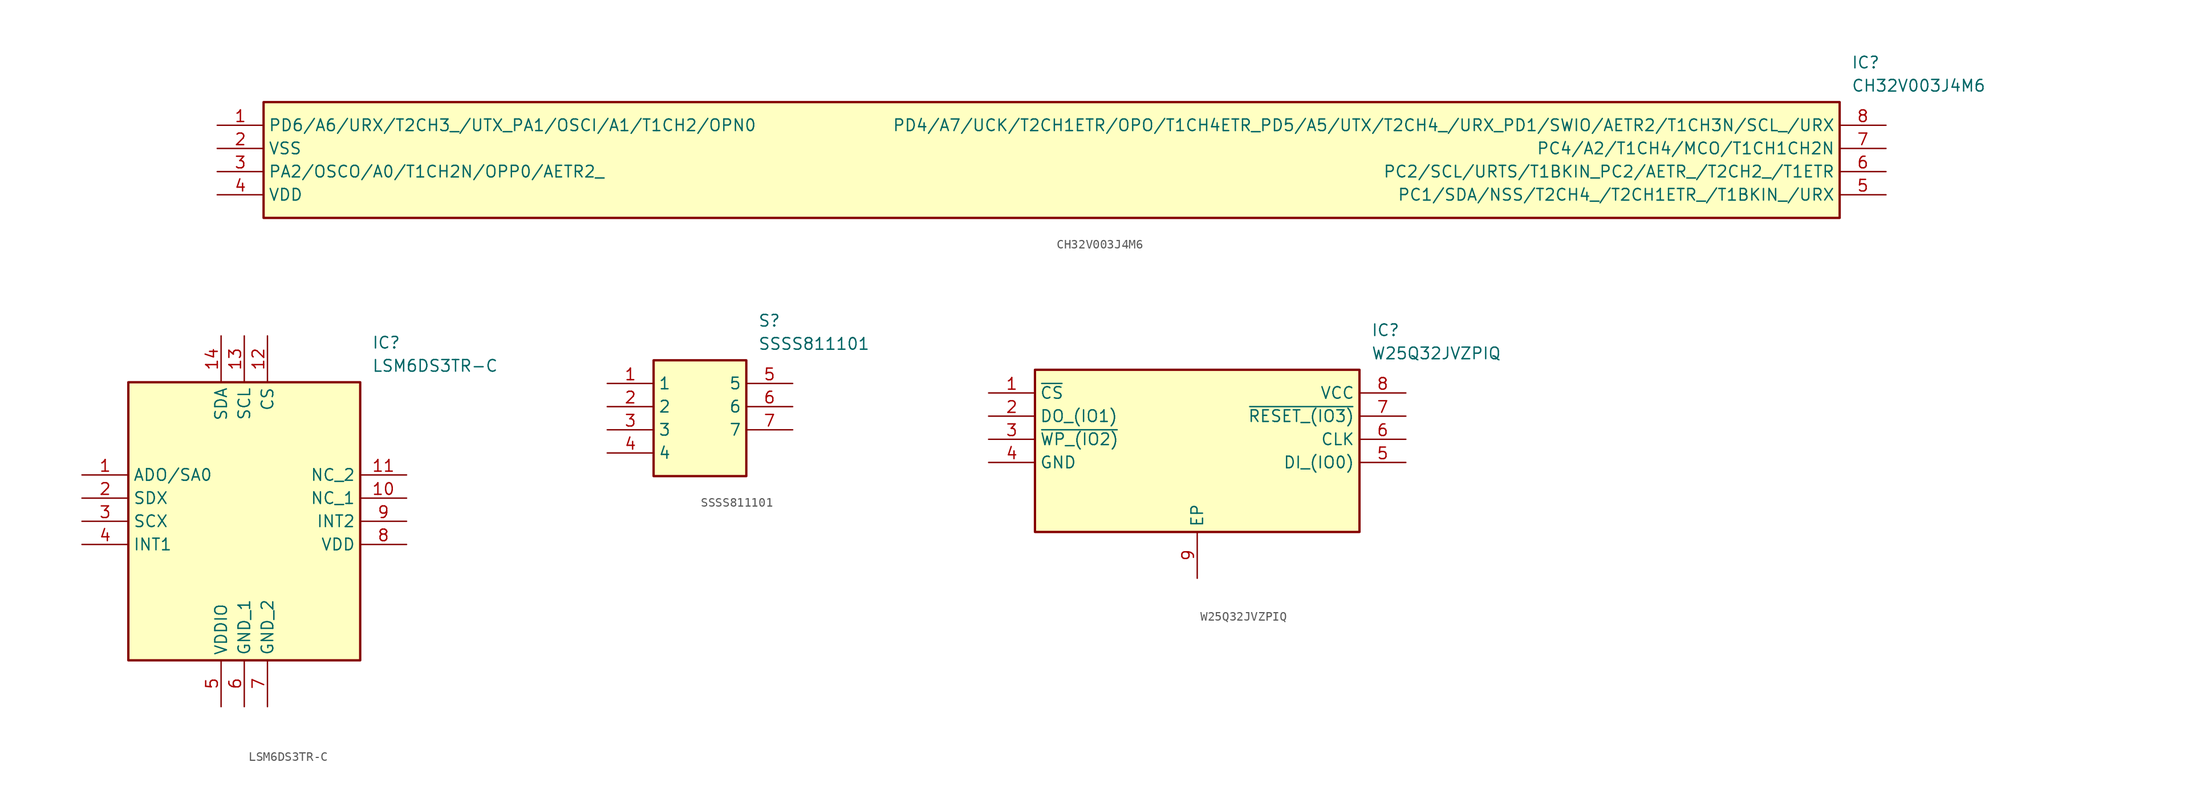
<source format=kicad_sym>
(kicad_symbol_lib
  (version 20220914)
  (generator SamacSys_ECAD_Model)
  (symbol "CH32V003J4M6"
    (property "Reference" "IC"
      (at 179.07 7.62 0)
      (effects (font (size 1.27 1.27)) (justify left top)))
    (property "Value" "CH32V003J4M6"
      (at 179.07 5.08 0)
      (effects (font (size 1.27 1.27)) (justify left top)))
    (rectangle
      (start 5.08 2.54)
      (end 177.8 -10.16)
      (stroke (width 0.254) (type default))
      (fill (type background)))
    (pin passive line
      (at 0 0 0)
      (length 5.08)
      (name "PD6/A6/URX/T2CH3_/UTX_PA1/OSCI/A1/T1CH2/OPN0" (effects (font (size 1.27 1.27))))
      (number "1" (effects (font (size 1.27 1.27)))))
    (pin passive line
      (at 0 -2.54 0)
      (length 5.08)
      (name "VSS" (effects (font (size 1.27 1.27))))
      (number "2" (effects (font (size 1.27 1.27)))))
    (pin passive line
      (at 0 -5.08 0)
      (length 5.08)
      (name "PA2/OSCO/A0/T1CH2N/OPP0/AETR2_" (effects (font (size 1.27 1.27))))
      (number "3" (effects (font (size 1.27 1.27)))))
    (pin passive line
      (at 0 -7.62 0)
      (length 5.08)
      (name "VDD" (effects (font (size 1.27 1.27))))
      (number "4" (effects (font (size 1.27 1.27)))))
    (pin passive line
      (at 182.88 0 180)
      (length 5.08)
      (name "PD4/A7/UCK/T2CH1ETR/OPO/T1CH4ETR_PD5/A5/UTX/T2CH4_/URX_PD1/SWIO/AETR2/T1CH3N/SCL_/URX" (effects (font (size 1.27 1.27))))
      (number "8" (effects (font (size 1.27 1.27)))))
    (pin passive line
      (at 182.88 -2.54 180)
      (length 5.08)
      (name "PC4/A2/T1CH4/MCO/T1CH1CH2N" (effects (font (size 1.27 1.27))))
      (number "7" (effects (font (size 1.27 1.27)))))
    (pin passive line
      (at 182.88 -5.08 180)
      (length 5.08)
      (name "PC2/SCL/URTS/T1BKIN_PC2/AETR_/T2CH2_/T1ETR" (effects (font (size 1.27 1.27))))
      (number "6" (effects (font (size 1.27 1.27)))))
    (pin passive line
      (at 182.88 -7.62 180)
      (length 5.08)
      (name "PC1/SDA/NSS/T2CH4_/T2CH1ETR_/T1BKIN_/URX" (effects (font (size 1.27 1.27))))
      (number "5" (effects (font (size 1.27 1.27))))))
  (symbol "LSM6DS3TR-C"
    (property "Reference" "IC"
      (at 31.75 15.24 0)
      (effects (font (size 1.27 1.27)) (justify left top)))
    (property "Value" "LSM6DS3TR-C"
      (at 31.75 12.7 0)
      (effects (font (size 1.27 1.27)) (justify left top)))
    (rectangle
      (start 5.08 10.16)
      (end 30.48 -20.32)
      (stroke (width 0.254) (type default))
      (fill (type background)))
    (pin passive line
      (at 0 0 0)
      (length 5.08)
      (name "ADO/SA0" (effects (font (size 1.27 1.27))))
      (number "1" (effects (font (size 1.27 1.27)))))
    (pin passive line
      (at 0 -2.54 0)
      (length 5.08)
      (name "SDX" (effects (font (size 1.27 1.27))))
      (number "2" (effects (font (size 1.27 1.27)))))
    (pin passive line
      (at 0 -5.08 0)
      (length 5.08)
      (name "SCX" (effects (font (size 1.27 1.27))))
      (number "3" (effects (font (size 1.27 1.27)))))
    (pin passive line
      (at 0 -7.62 0)
      (length 5.08)
      (name "INT1" (effects (font (size 1.27 1.27))))
      (number "4" (effects (font (size 1.27 1.27)))))
    (pin passive line
      (at 15.24 -25.4 90)
      (length 5.08)
      (name "VDDIO" (effects (font (size 1.27 1.27))))
      (number "5" (effects (font (size 1.27 1.27)))))
    (pin passive line
      (at 17.78 -25.4 90)
      (length 5.08)
      (name "GND_1" (effects (font (size 1.27 1.27))))
      (number "6" (effects (font (size 1.27 1.27)))))
    (pin passive line
      (at 20.32 -25.4 90)
      (length 5.08)
      (name "GND_2" (effects (font (size 1.27 1.27))))
      (number "7" (effects (font (size 1.27 1.27)))))
    (pin passive line
      (at 35.56 -7.62 180)
      (length 5.08)
      (name "VDD" (effects (font (size 1.27 1.27))))
      (number "8" (effects (font (size 1.27 1.27)))))
    (pin passive line
      (at 35.56 -5.08 180)
      (length 5.08)
      (name "INT2" (effects (font (size 1.27 1.27))))
      (number "9" (effects (font (size 1.27 1.27)))))
    (pin passive line
      (at 35.56 -2.54 180)
      (length 5.08)
      (name "NC_1" (effects (font (size 1.27 1.27))))
      (number "10" (effects (font (size 1.27 1.27)))))
    (pin passive line
      (at 35.56 0 180)
      (length 5.08)
      (name "NC_2" (effects (font (size 1.27 1.27))))
      (number "11" (effects (font (size 1.27 1.27)))))
    (pin passive line
      (at 20.32 15.24 270)
      (length 5.08)
      (name "CS" (effects (font (size 1.27 1.27))))
      (number "12" (effects (font (size 1.27 1.27)))))
    (pin passive line
      (at 17.78 15.24 270)
      (length 5.08)
      (name "SCL" (effects (font (size 1.27 1.27))))
      (number "13" (effects (font (size 1.27 1.27)))))
    (pin passive line
      (at 15.24 15.24 270)
      (length 5.08)
      (name "SDA" (effects (font (size 1.27 1.27))))
      (number "14" (effects (font (size 1.27 1.27))))))
  (symbol "SSSS811101"
    (property "Reference" "S"
      (at 16.51 7.62 0)
      (effects (font (size 1.27 1.27)) (justify left top)))
    (property "Value" "SSSS811101"
      (at 16.51 5.08 0)
      (effects (font (size 1.27 1.27)) (justify left top)))
    (rectangle
      (start 5.08 2.54)
      (end 15.24 -10.16)
      (stroke (width 0.254) (type default))
      (fill (type background)))
    (pin passive line
      (at 0 0 0)
      (length 5.08)
      (name "1" (effects (font (size 1.27 1.27))))
      (number "1" (effects (font (size 1.27 1.27)))))
    (pin passive line
      (at 0 -2.54 0)
      (length 5.08)
      (name "2" (effects (font (size 1.27 1.27))))
      (number "2" (effects (font (size 1.27 1.27)))))
    (pin passive line
      (at 0 -5.08 0)
      (length 5.08)
      (name "3" (effects (font (size 1.27 1.27))))
      (number "3" (effects (font (size 1.27 1.27)))))
    (pin passive line
      (at 0 -7.62 0)
      (length 5.08)
      (name "4" (effects (font (size 1.27 1.27))))
      (number "4" (effects (font (size 1.27 1.27)))))
    (pin passive line
      (at 20.32 0 180)
      (length 5.08)
      (name "5" (effects (font (size 1.27 1.27))))
      (number "5" (effects (font (size 1.27 1.27)))))
    (pin passive line
      (at 20.32 -2.54 180)
      (length 5.08)
      (name "6" (effects (font (size 1.27 1.27))))
      (number "6" (effects (font (size 1.27 1.27)))))
    (pin passive line
      (at 20.32 -5.08 180)
      (length 5.08)
      (name "7" (effects (font (size 1.27 1.27))))
      (number "7" (effects (font (size 1.27 1.27))))))
  (symbol "W25Q32JVZPIQ"
    (property "Reference" "IC"
      (at 41.91 7.62 0)
      (effects (font (size 1.27 1.27)) (justify left top)))
    (property "Value" "W25Q32JVZPIQ"
      (at 41.91 5.08 0)
      (effects (font (size 1.27 1.27)) (justify left top)))
    (rectangle
      (start 5.08 2.54)
      (end 40.64 -15.24)
      (stroke (width 0.254) (type default))
      (fill (type background)))
    (pin passive line
      (at 0 0 0)
      (length 5.08)
      (name "~{CS}" (effects (font (size 1.27 1.27))))
      (number "1" (effects (font (size 1.27 1.27)))))
    (pin passive line
      (at 0 -2.54 0)
      (length 5.08)
      (name "DO_(IO1)" (effects (font (size 1.27 1.27))))
      (number "2" (effects (font (size 1.27 1.27)))))
    (pin passive line
      (at 0 -5.08 0)
      (length 5.08)
      (name "~{WP_(IO2)}" (effects (font (size 1.27 1.27))))
      (number "3" (effects (font (size 1.27 1.27)))))
    (pin passive line
      (at 0 -7.62 0)
      (length 5.08)
      (name "GND" (effects (font (size 1.27 1.27))))
      (number "4" (effects (font (size 1.27 1.27)))))
    (pin passive line
      (at 22.86 -20.32 90)
      (length 5.08)
      (name "EP" (effects (font (size 1.27 1.27))))
      (number "9" (effects (font (size 1.27 1.27)))))
    (pin passive line
      (at 45.72 0 180)
      (length 5.08)
      (name "VCC" (effects (font (size 1.27 1.27))))
      (number "8" (effects (font (size 1.27 1.27)))))
    (pin passive line
      (at 45.72 -2.54 180)
      (length 5.08)
      (name "~{RESET_(IO3)}" (effects (font (size 1.27 1.27))))
      (number "7" (effects (font (size 1.27 1.27)))))
    (pin passive line
      (at 45.72 -5.08 180)
      (length 5.08)
      (name "CLK" (effects (font (size 1.27 1.27))))
      (number "6" (effects (font (size 1.27 1.27)))))
    (pin passive line
      (at 45.72 -7.62 180)
      (length 5.08)
      (name "DI_(IO0)" (effects (font (size 1.27 1.27))))
      (number "5" (effects (font (size 1.27 1.27)))))))
</source>
